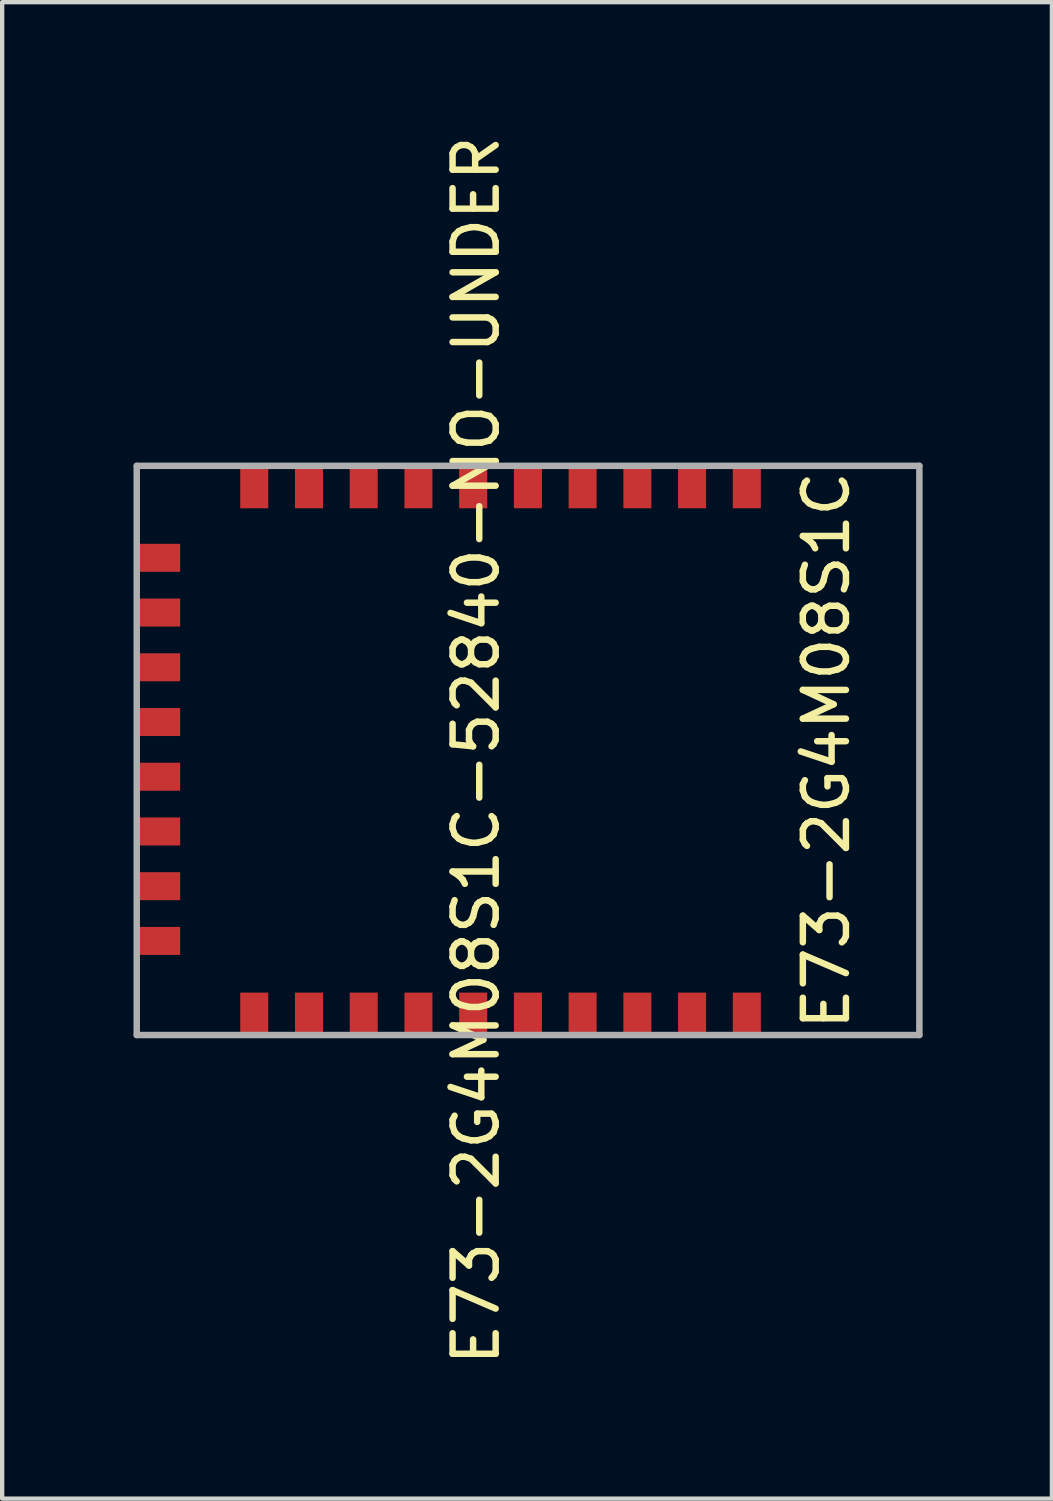
<source format=kicad_pcb>
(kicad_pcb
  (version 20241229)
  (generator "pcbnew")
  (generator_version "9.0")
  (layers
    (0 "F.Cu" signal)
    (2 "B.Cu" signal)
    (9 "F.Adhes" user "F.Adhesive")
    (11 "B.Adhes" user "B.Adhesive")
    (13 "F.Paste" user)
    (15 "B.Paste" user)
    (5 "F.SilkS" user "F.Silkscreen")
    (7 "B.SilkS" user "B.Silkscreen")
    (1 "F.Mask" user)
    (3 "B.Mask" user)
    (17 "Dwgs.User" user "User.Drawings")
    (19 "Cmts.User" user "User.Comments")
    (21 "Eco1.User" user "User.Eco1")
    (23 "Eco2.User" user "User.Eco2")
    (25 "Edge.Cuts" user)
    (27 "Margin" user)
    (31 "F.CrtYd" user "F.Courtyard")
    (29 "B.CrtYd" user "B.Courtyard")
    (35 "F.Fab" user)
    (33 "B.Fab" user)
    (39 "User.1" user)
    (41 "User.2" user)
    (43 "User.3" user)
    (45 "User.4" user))
  (footprint "E73-2G4M08S1C-52840-NO-UNDER"
    (layer "F.Cu")
    (at 0.25 14.364)
    (property "Reference" "E73-2G4M08S1C-52840-NO-UNDER" (at 7.747 -0.000467 270) (layer "F.SilkS") (effects (font (size 1 1) (thickness 0.15))))
    (attr through_hole)
    (fp_line (start -0.127 -6.604) (end -0.127 6.604) (stroke (width 0.15) (type solid)) (layer "F.Fab"))
    (fp_line (start -0.127 6.604) (end 18.034 6.604) (stroke (width 0.15) (type solid)) (layer "F.Fab"))
    (fp_line (start 18.034 -6.604) (end -0.127 -6.604) (stroke (width 0.15) (type solid)) (layer "F.Fab"))
    (fp_line (start 18.034 6.604) (end 18.034 -6.604) (stroke (width 0.15) (type solid)) (layer "F.Fab"))
    (fp_text user "E73-2G4M08S1C" (at 15.875 0 90) (layer "F.SilkS") (effects (font (size 1 1) (thickness 0.15))))
    (pad "1" smd rect (at 14.03 -6.119) (size 0.65 1) (layers "F.Cu" "F.Mask" "F.Paste"))
    (pad "2" smd rect (at 12.76 -6.119) (size 0.65 1) (layers "F.Cu" "F.Mask" "F.Paste"))
    (pad "3" smd rect (at 11.49 -6.119) (size 0.65 1) (layers "F.Cu" "F.Mask" "F.Paste"))
    (pad "4" smd rect (at 10.22 -6.119) (size 0.65 1) (layers "F.Cu" "F.Mask" "F.Paste"))
    (pad "5" smd rect (at 8.95 -6.119) (size 0.65 1) (layers "F.Cu" "F.Mask" "F.Paste"))
    (pad "6" smd rect (at 7.68 -6.119) (size 0.65 1) (layers "F.Cu" "F.Mask" "F.Paste"))
    (pad "7" smd rect (at 6.41 -6.119) (size 0.65 1) (layers "F.Cu" "F.Mask" "F.Paste"))
    (pad "8" smd rect (at 5.14 -6.119) (size 0.65 1) (layers "F.Cu" "F.Mask" "F.Paste"))
    (pad "9" smd rect (at 3.87 -6.119) (size 0.65 1) (layers "F.Cu" "F.Mask" "F.Paste"))
    (pad "10" smd rect (at 2.6 -6.119) (size 0.65 1) (layers "F.Cu" "F.Mask" "F.Paste"))
    (pad "11" smd rect (at 0.381 -4.47 90) (size 0.65 1) (layers "F.Cu" "F.Mask" "F.Paste"))
    (pad "13" smd rect (at 0.381 -3.2 90) (size 0.65 1) (layers "F.Cu" "F.Mask" "F.Paste"))
    (pad "15" smd rect (at 0.381 -1.93 90) (size 0.65 1) (layers "F.Cu" "F.Mask" "F.Paste"))
    (pad "17" smd rect (at 0.381 -0.66 90) (size 0.65 1) (layers "F.Cu" "F.Mask" "F.Paste"))
    (pad "19" smd rect (at 0.381 0.61 90) (size 0.65 1) (layers "F.Cu" "F.Mask" "F.Paste"))
    (pad "21" smd rect (at 0.381 1.88 90) (size 0.65 1) (layers "F.Cu" "F.Mask" "F.Paste"))
    (pad "23" smd rect (at 0.381 3.15 90) (size 0.65 1) (layers "F.Cu" "F.Mask" "F.Paste"))
    (pad "25" smd rect (at 0.381 4.42 90) (size 0.65 1) (layers "F.Cu" "F.Mask" "F.Paste"))
    (pad "26" smd rect (at 2.6 6.119) (size 0.65 1) (layers "F.Cu" "F.Mask" "F.Paste"))
    (pad "27" smd rect (at 3.87 6.119) (size 0.65 1) (layers "F.Cu" "F.Mask" "F.Paste"))
    (pad "29" smd rect (at 5.14 6.119) (size 0.65 1) (layers "F.Cu" "F.Mask" "F.Paste"))
    (pad "31" smd rect (at 6.41 6.119) (size 0.65 1) (layers "F.Cu" "F.Mask" "F.Paste"))
    (pad "33" smd rect (at 7.68 6.119) (size 0.65 1) (layers "F.Cu" "F.Mask" "F.Paste"))
    (pad "35" smd rect (at 8.95 6.119) (size 0.65 1) (layers "F.Cu" "F.Mask" "F.Paste"))
    (pad "37" smd rect (at 10.22 6.119) (size 0.65 1) (layers "F.Cu" "F.Mask" "F.Paste"))
    (pad "39" smd rect (at 11.49 6.119) (size 0.65 1) (layers "F.Cu" "F.Mask" "F.Paste"))
    (pad "41" smd rect (at 12.76 6.119) (size 0.65 1) (layers "F.Cu" "F.Mask" "F.Paste"))
    (pad "43" smd rect (at 14.03 6.119) (size 0.65 1) (layers "F.Cu" "F.Mask" "F.Paste")))
  (gr_rect
    (start -3 -3)
    (end 21.359 31.726)
    (stroke (width 0.1) (type default))
    (fill no)
    (layer "Edge.Cuts")))
</source>
